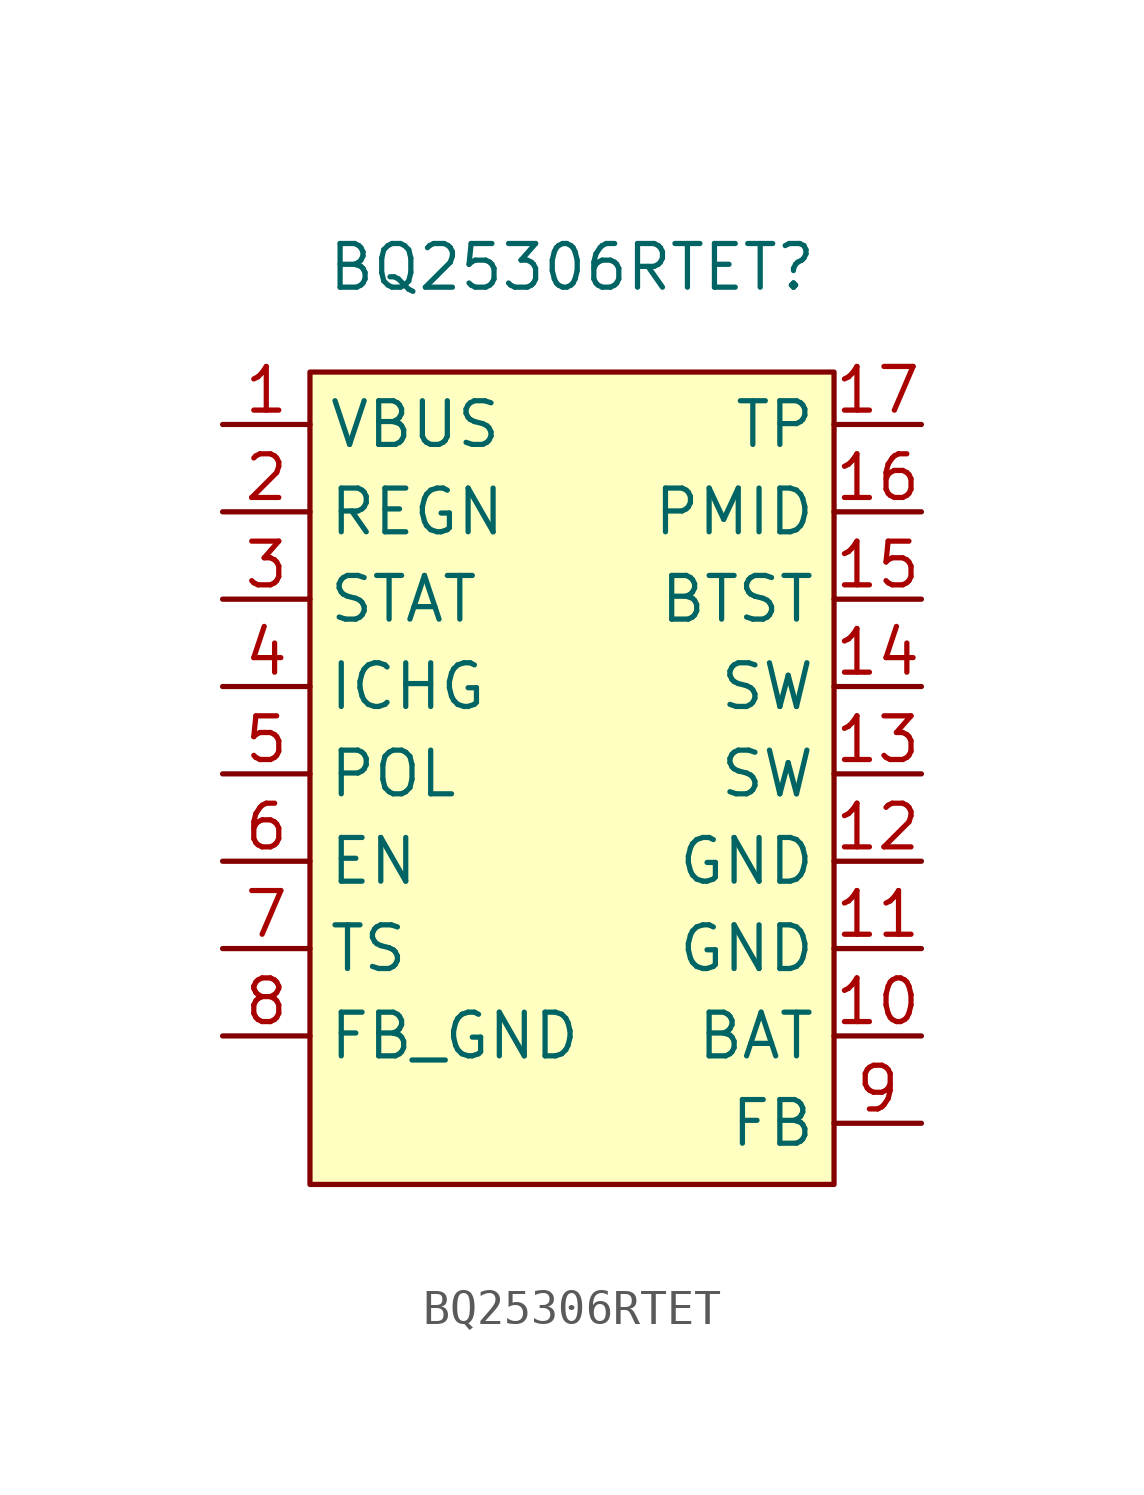
<source format=kicad_sym>
(kicad_symbol_lib
  (version 20220914)
  (generator kicad_symbol_editor)
  (symbol "BQ25306RTET"
    (property "Reference" "BQ25306RTET"
      (at 0 4.572 0)
      (effects (font (size 1.27 1.27))))
    (property "Value" ""
      (at -8.128 -0.762 0)
      (effects (font (size 1.27 1.27))))
    (symbol "BQ25306RTET_1_1"
      (rectangle (start -7.62 1.524) (end 7.62 -22.098) (stroke (width 0) (type default)) (fill (type background)))
      (pin power_in line (at -10.16 0 0) (length 2.54) (name "VBUS" (effects (font (size 1.27 1.27)))) (number "1" (effects (font (size 1.27 1.27)))))
      (pin power_in line (at 10.16 -17.78 180) (length 2.54) (name "BAT" (effects (font (size 1.27 1.27)))) (number "10" (effects (font (size 1.27 1.27)))))
      (pin power_in line (at 10.16 -15.24 180) (length 2.54) (name "GND" (effects (font (size 1.27 1.27)))) (number "11" (effects (font (size 1.27 1.27)))))
      (pin power_in line (at 10.16 -12.7 180) (length 2.54) (name "GND" (effects (font (size 1.27 1.27)))) (number "12" (effects (font (size 1.27 1.27)))))
      (pin power_out line (at 10.16 -10.16 180) (length 2.54) (name "SW" (effects (font (size 1.27 1.27)))) (number "13" (effects (font (size 1.27 1.27)))))
      (pin power_out line (at 10.16 -7.62 180) (length 2.54) (name "SW" (effects (font (size 1.27 1.27)))) (number "14" (effects (font (size 1.27 1.27)))))
      (pin power_out line (at 10.16 -5.08 180) (length 2.54) (name "BTST" (effects (font (size 1.27 1.27)))) (number "15" (effects (font (size 1.27 1.27)))))
      (pin power_out line (at 10.16 -2.54 180) (length 2.54) (name "PMID" (effects (font (size 1.27 1.27)))) (number "16" (effects (font (size 1.27 1.27)))))
      (pin power_in line (at 10.16 0 180) (length 2.54) (name "TP" (effects (font (size 1.27 1.27)))) (number "17" (effects (font (size 1.27 1.27)))))
      (pin power_in line (at -10.16 -2.54 0) (length 2.54) (name "REGN" (effects (font (size 1.27 1.27)))) (number "2" (effects (font (size 1.27 1.27)))))
      (pin output line (at -10.16 -5.08 0) (length 2.54) (name "STAT" (effects (font (size 1.27 1.27)))) (number "3" (effects (font (size 1.27 1.27)))))
      (pin output line (at -10.16 -7.62 0) (length 2.54) (name "ICHG" (effects (font (size 1.27 1.27)))) (number "4" (effects (font (size 1.27 1.27)))))
      (pin input line (at -10.16 -10.16 0) (length 2.54) (name "POL" (effects (font (size 1.27 1.27)))) (number "5" (effects (font (size 1.27 1.27)))))
      (pin input line (at -10.16 -12.7 0) (length 2.54) (name "EN" (effects (font (size 1.27 1.27)))) (number "6" (effects (font (size 1.27 1.27)))))
      (pin input line (at -10.16 -15.24 0) (length 2.54) (name "TS" (effects (font (size 1.27 1.27)))) (number "7" (effects (font (size 1.27 1.27)))))
      (pin input line (at -10.16 -17.78 0) (length 2.54) (name "FB_GND" (effects (font (size 1.27 1.27)))) (number "8" (effects (font (size 1.27 1.27)))))
      (pin bidirectional line (at 10.16 -20.32 180) (length 2.54) (name "FB" (effects (font (size 1.27 1.27)))) (number "9" (effects (font (size 1.27 1.27))))))))
</source>
